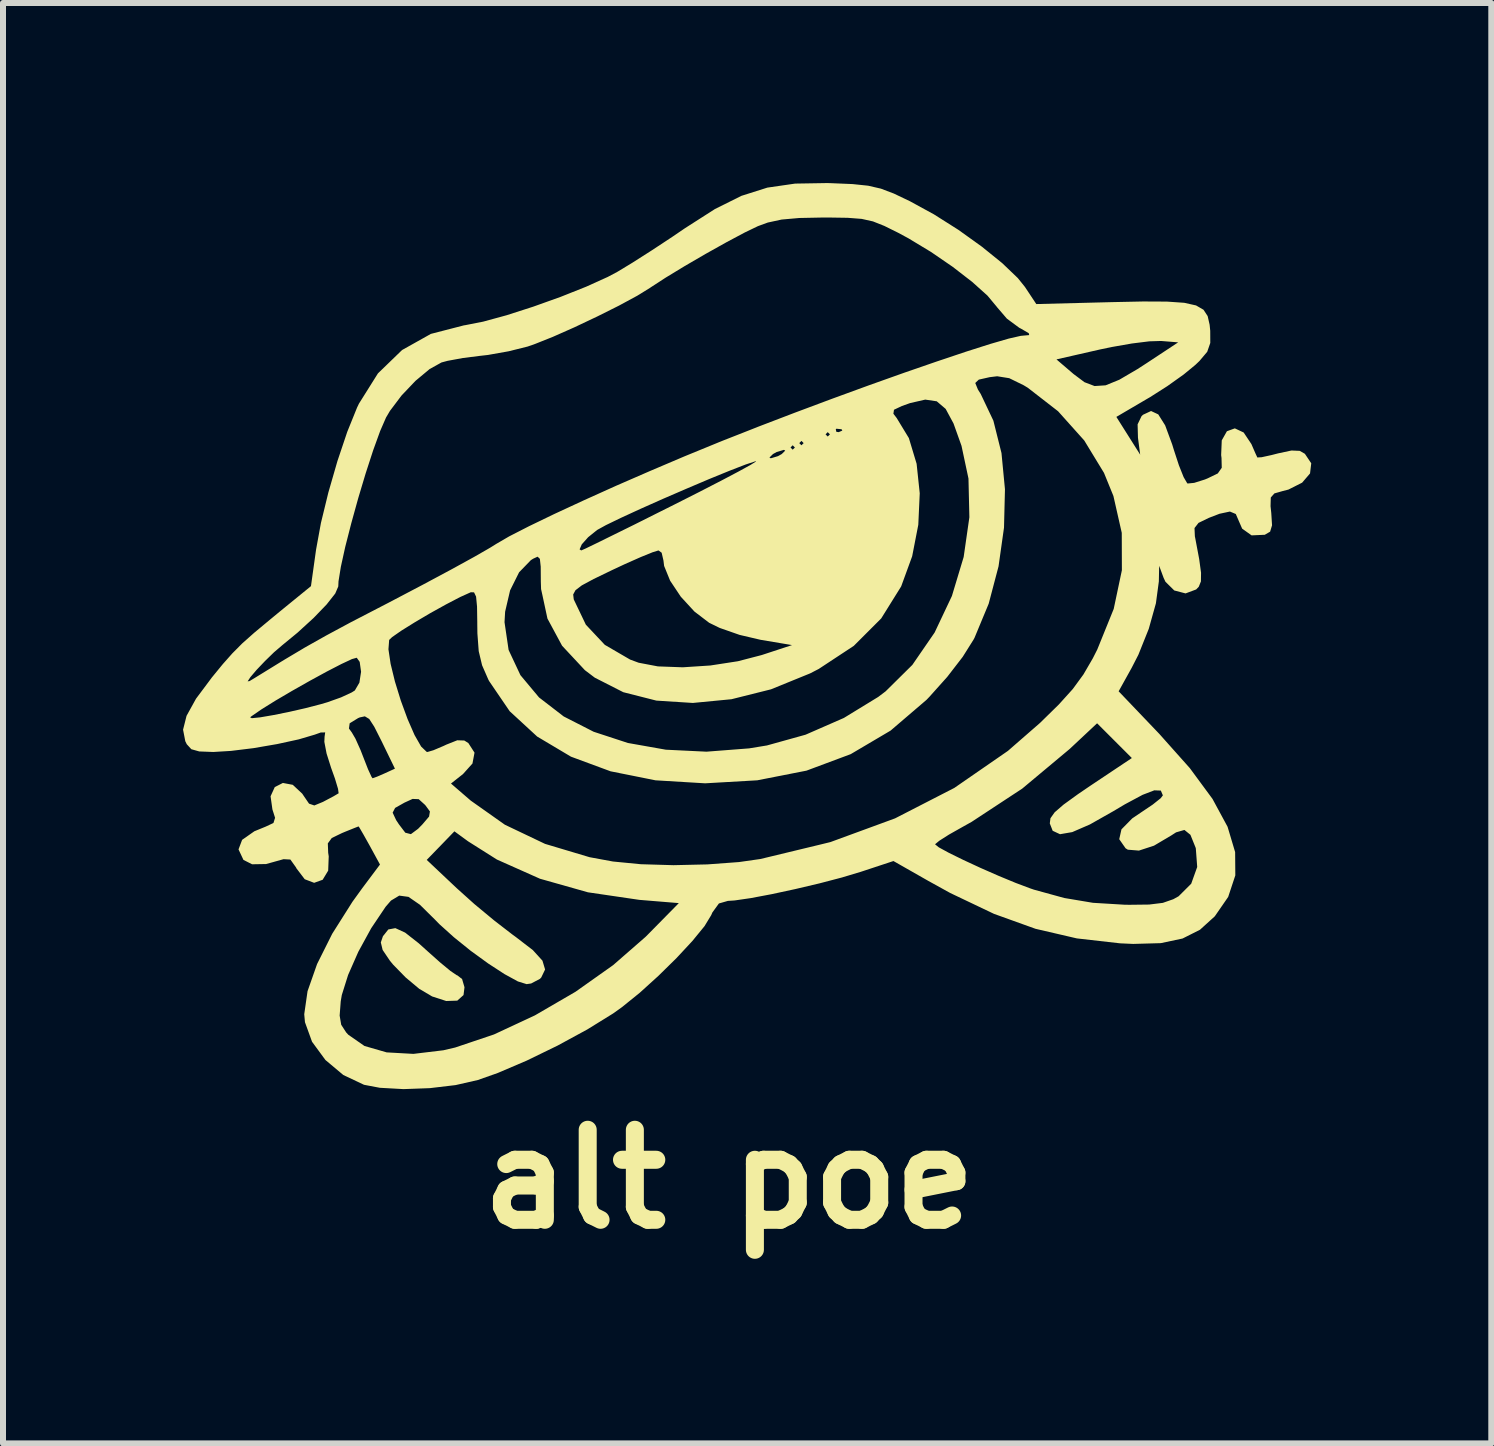
<source format=kicad_pcb>
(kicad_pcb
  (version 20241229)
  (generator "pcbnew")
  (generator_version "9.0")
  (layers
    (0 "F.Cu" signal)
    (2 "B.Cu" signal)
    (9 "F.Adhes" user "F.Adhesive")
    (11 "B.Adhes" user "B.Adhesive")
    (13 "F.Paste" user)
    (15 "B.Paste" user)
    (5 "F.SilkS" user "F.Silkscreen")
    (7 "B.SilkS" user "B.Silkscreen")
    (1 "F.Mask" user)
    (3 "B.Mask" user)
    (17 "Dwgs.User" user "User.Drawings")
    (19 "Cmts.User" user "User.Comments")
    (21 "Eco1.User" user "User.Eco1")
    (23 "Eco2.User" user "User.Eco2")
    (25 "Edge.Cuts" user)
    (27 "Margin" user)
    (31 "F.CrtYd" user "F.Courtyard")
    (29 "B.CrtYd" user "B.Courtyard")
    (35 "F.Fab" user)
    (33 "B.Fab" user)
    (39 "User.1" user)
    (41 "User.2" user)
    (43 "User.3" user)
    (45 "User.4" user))
  (footprint "alt poe"
    (layer "F.Cu")
    (at 9.099 7.07)
    (property "Reference" "alt poe" (at 0 9.525 0) (layer "F.SilkS") (effects (font (size 1.5 1.5) (thickness 0.3))))
    (attr board_only exclude_from_pos_files exclude_from_bom)
    (fp_poly (pts (xy -5.4 5.418) (xy -5.174 5.595) (xy -5.024 5.73) (xy -4.815 5.916) (xy -4.644 6.057) (xy -4.541 6.127) (xy -4.529 6.131) (xy -4.45 6.192) (xy -4.41 6.329) (xy -4.426 6.459) (xy -4.53 6.552) (xy -4.715 6.558) (xy -4.949 6.482) (xy -5.164 6.355) (xy -5.39 6.166) (xy -5.6 5.951) (xy -5.654 5.885) (xy -5.774 5.707) (xy -5.804 5.582) (xy -5.769 5.479) (xy -5.679 5.366) (xy -5.562 5.344)) (stroke (width 0) (type solid)) (fill yes) (layer "F.SilkS"))
    (fp_poly (pts (xy 1.7 -7.068) (xy 2.056 -7.053) (xy 2.315 -7.026) (xy 2.528 -6.977) (xy 2.744 -6.895) (xy 3.012 -6.767) (xy 3.411 -6.549) (xy 3.82 -6.29) (xy 4.209 -6.011) (xy 4.549 -5.736) (xy 4.809 -5.487) (xy 4.928 -5.339) (xy 5.117 -5.054) (xy 6.372 -5.086) (xy 6.897 -5.097) (xy 7.294 -5.095) (xy 7.582 -5.075) (xy 7.779 -5.031) (xy 7.903 -4.959) (xy 7.972 -4.854) (xy 8.005 -4.709) (xy 8.015 -4.609) (xy 8.016 -4.406) (xy 7.965 -4.259) (xy 7.836 -4.106) (xy 7.769 -4.042) (xy 7.572 -3.88) (xy 7.301 -3.687) (xy 7.011 -3.502) (xy 6.976 -3.482) (xy 6.451 -3.174) (xy 6.649 -2.86) (xy 6.848 -2.545) (xy 6.811 -2.827) (xy 6.805 -3.05) (xy 6.871 -3.187) (xy 6.896 -3.21) (xy 7.029 -3.272) (xy 7.149 -3.216) (xy 7.264 -3.033) (xy 7.381 -2.716) (xy 7.408 -2.628) (xy 7.493 -2.368) (xy 7.572 -2.17) (xy 7.631 -2.069) (xy 7.639 -2.064) (xy 7.748 -2.075) (xy 7.926 -2.131) (xy 7.972 -2.15) (xy 8.141 -2.232) (xy 8.207 -2.326) (xy 8.203 -2.49) (xy 8.197 -2.538) (xy 8.207 -2.783) (xy 8.293 -2.935) (xy 8.425 -2.983) (xy 8.572 -2.914) (xy 8.701 -2.721) (xy 8.766 -2.571) (xy 8.8 -2.498) (xy 8.871 -2.502) (xy 9.036 -2.538) (xy 9.145 -2.566) (xy 9.369 -2.614) (xy 9.507 -2.608) (xy 9.592 -2.559) (xy 9.698 -2.401) (xy 9.678 -2.232) (xy 9.546 -2.078) (xy 9.318 -1.963) (xy 9.224 -1.939) (xy 9.084 -1.899) (xy 9.024 -1.831) (xy 9.02 -1.686) (xy 9.032 -1.573) (xy 9.045 -1.368) (xy 9.013 -1.262) (xy 8.924 -1.21) (xy 8.924 -1.21) (xy 8.704 -1.2) (xy 8.547 -1.312) (xy 8.495 -1.431) (xy 8.441 -1.556) (xy 8.343 -1.597) (xy 8.17 -1.56) (xy 7.993 -1.492) (xy 7.82 -1.408) (xy 7.753 -1.322) (xy 7.759 -1.185) (xy 7.767 -1.145) (xy 7.831 -0.805) (xy 7.862 -0.577) (xy 7.86 -0.433) (xy 7.824 -0.344) (xy 7.781 -0.299) (xy 7.604 -0.233) (xy 7.416 -0.282) (xy 7.269 -0.427) (xy 7.238 -0.493) (xy 7.164 -0.693) (xy 7.159 -0.433) (xy 7.11 -0.068) (xy 6.991 0.357) (xy 6.818 0.789) (xy 6.705 1.009) (xy 6.489 1.398) (xy 7.167 2.108) (xy 7.675 2.678) (xy 8.053 3.191) (xy 8.304 3.655) (xy 8.43 4.077) (xy 8.433 4.465) (xy 8.314 4.824) (xy 8.091 5.147) (xy 7.844 5.371) (xy 7.554 5.517) (xy 7.191 5.594) (xy 6.731 5.607) (xy 6.512 5.597) (xy 5.793 5.515) (xy 5.104 5.355) (xy 4.412 5.106) (xy 3.682 4.758) (xy 3.32 4.558) (xy 2.737 4.226) (xy 2.189 4.407) (xy 1.879 4.5) (xy 1.505 4.598) (xy 1.102 4.693) (xy 0.708 4.778) (xy 0.358 4.844) (xy 0.089 4.883) (xy -0.021 4.89) (xy -0.171 4.933) (xy -0.28 5.083) (xy -0.299 5.127) (xy -0.411 5.311) (xy -0.613 5.558) (xy -0.877 5.842) (xy -1.178 6.138) (xy -1.489 6.42) (xy -1.786 6.66) (xy -1.934 6.766) (xy -2.364 7.032) (xy -2.859 7.301) (xy -3.373 7.551) (xy -3.855 7.757) (xy -4.186 7.874) (xy -4.558 7.959) (xy -4.988 8.01) (xy -5.426 8.026) (xy -5.82 8.004) (xy -6.084 7.954) (xy -6.429 7.791) (xy -6.727 7.541) (xy -6.95 7.237) (xy -7.068 6.911) (xy -7.078 6.801) (xy -6.49 6.801) (xy -6.464 6.954) (xy -6.381 7.082) (xy -6.346 7.12) (xy -6.077 7.307) (xy -5.707 7.414) (xy -5.261 7.439) (xy -4.762 7.379) (xy -4.565 7.333) (xy -3.918 7.115) (xy -3.236 6.797) (xy -2.56 6.404) (xy -1.933 5.96) (xy -1.394 5.49) (xy -1.35 5.446) (xy -0.839 4.927) (xy -1.496 4.873) (xy -2.353 4.747) (xy -3.152 4.521) (xy -3.87 4.201) (xy -4.351 3.897) (xy -4.578 3.731) (xy -4.808 3.969) (xy -5.039 4.207) (xy -4.542 4.676) (xy -4.246 4.942) (xy -3.913 5.218) (xy -3.607 5.454) (xy -3.556 5.491) (xy -3.271 5.71) (xy -3.111 5.886) (xy -3.067 6.033) (xy -3.131 6.166) (xy -3.153 6.189) (xy -3.299 6.266) (xy -3.375 6.277) (xy -3.52 6.232) (xy -3.743 6.11) (xy -4.015 5.933) (xy -4.307 5.721) (xy -4.587 5.495) (xy -4.828 5.278) (xy -4.902 5.202) (xy -5.152 4.955) (xy -5.343 4.823) (xy -5.497 4.802) (xy -5.635 4.885) (xy -5.724 4.988) (xy -5.964 5.345) (xy -6.179 5.738) (xy -6.349 6.124) (xy -6.454 6.458) (xy -6.472 6.564) (xy -6.49 6.801) (xy -7.078 6.801) (xy -7.08 6.778) (xy -7.025 6.395) (xy -6.866 5.942) (xy -6.614 5.438) (xy -6.277 4.905) (xy -6.113 4.678) (xy -5.818 4.284) (xy -5.991 3.967) (xy -6.093 3.785) (xy -6.16 3.67) (xy -6.175 3.649) (xy -6.242 3.675) (xy -6.396 3.737) (xy -6.451 3.76) (xy -6.621 3.842) (xy -6.687 3.932) (xy -6.681 4.089) (xy -6.672 4.147) (xy -6.681 4.386) (xy -6.773 4.538) (xy -6.915 4.589) (xy -7.072 4.529) (xy -7.212 4.345) (xy -7.216 4.334) (xy -7.311 4.201) (xy -7.427 4.195) (xy -7.428 4.196) (xy -7.715 4.276) (xy -7.949 4.28) (xy -8.093 4.207) (xy -8.175 4.032) (xy -8.115 3.873) (xy -7.911 3.73) (xy -7.723 3.653) (xy -7.593 3.592) (xy -7.566 3.506) (xy -7.593 3.42) (xy -5.607 3.42) (xy -5.549 3.544) (xy -5.502 3.615) (xy -5.396 3.754) (xy -5.303 3.778) (xy -5.183 3.689) (xy -5.11 3.614) (xy -5 3.485) (xy -4.986 3.4) (xy -5.06 3.299) (xy -5.07 3.288) (xy -5.173 3.195) (xy -5.275 3.191) (xy -5.41 3.253) (xy -5.566 3.341) (xy -5.607 3.42) (xy -7.593 3.42) (xy -7.61 3.367) (xy -7.641 3.147) (xy -7.571 2.994) (xy -7.436 2.925) (xy -7.271 2.956) (xy -7.113 3.104) (xy -7.095 3.131) (xy -7 3.27) (xy -6.912 3.3) (xy -6.769 3.241) (xy -6.75 3.231) (xy -6.595 3.149) (xy -6.51 3.099) (xy -6.507 3.097) (xy -6.517 3.023) (xy -6.568 2.853) (xy -6.633 2.671) (xy -6.708 2.434) (xy -6.745 2.24) (xy -6.741 2.153) (xy -6.731 2.083) (xy -6.804 2.084) (xy -6.905 2.12) (xy -7.172 2.199) (xy -7.53 2.277) (xy -7.925 2.345) (xy -8.3 2.391) (xy -8.596 2.409) (xy -8.829 2.4) (xy -8.961 2.363) (xy -9.037 2.28) (xy -9.062 2.229) (xy -9.099 2.037) (xy -9.094 2.018) (xy -6.335 2.018) (xy -6.287 2.084) (xy -6.226 2.189) (xy -6.141 2.379) (xy -6.094 2.5) (xy -6.017 2.697) (xy -5.959 2.823) (xy -5.942 2.847) (xy -5.866 2.82) (xy -5.744 2.767) (xy -5.569 2.687) (xy -5.792 2.228) (xy -5.913 1.989) (xy -5.997 1.859) (xy -6.07 1.815) (xy -6.155 1.833) (xy -6.183 1.845) (xy -6.323 1.931) (xy -6.335 2.018) (xy -9.094 2.018) (xy -9.047 1.831) (xy -7.982 1.831) (xy -7.953 1.846) (xy -7.815 1.832) (xy -7.599 1.795) (xy -7.336 1.742) (xy -7.06 1.679) (xy -6.802 1.612) (xy -6.693 1.58) (xy -6.466 1.499) (xy -6.289 1.417) (xy -6.237 1.384) (xy -6.161 1.254) (xy -6.133 1.072) (xy -6.156 0.908) (xy -6.205 0.839) (xy -6.285 0.861) (xy -6.46 0.943) (xy -6.704 1.069) (xy -6.988 1.224) (xy -7.283 1.391) (xy -7.562 1.555) (xy -7.796 1.701) (xy -7.957 1.812) (xy -7.982 1.831) (xy -9.047 1.831) (xy -9.041 1.807) (xy -8.883 1.521) (xy -8.667 1.232) (xy -8.023 1.232) (xy -7.992 1.228) (xy -7.899 1.172) (xy -7.717 1.06) (xy -7.48 0.914) (xy -7.408 0.87) (xy -7.119 0.698) (xy -5.677 0.698) (xy -5.641 0.94) (xy -5.569 1.235) (xy -5.471 1.553) (xy -5.358 1.861) (xy -5.242 2.127) (xy -5.132 2.319) (xy -5.04 2.407) (xy -5.027 2.409) (xy -4.928 2.38) (xy -4.758 2.308) (xy -4.714 2.287) (xy -4.53 2.214) (xy -4.413 2.218) (xy -4.346 2.26) (xy -4.243 2.42) (xy -4.277 2.601) (xy -4.434 2.776) (xy -4.635 2.935) (xy -4.306 3.219) (xy -3.737 3.621) (xy -3.068 3.94) (xy -2.326 4.162) (xy -1.936 4.234) (xy -1.472 4.279) (xy -0.928 4.295) (xy -0.363 4.282) (xy 0.164 4.243) (xy 0.521 4.192) (xy 1.532 3.948) (xy 3.431 3.948) (xy 3.493 3.998) (xy 3.66 4.089) (xy 3.902 4.208) (xy 4.189 4.341) (xy 4.49 4.473) (xy 4.775 4.591) (xy 5.014 4.681) (xy 5.078 4.703) (xy 5.584 4.842) (xy 6.061 4.922) (xy 6.591 4.954) (xy 6.67 4.955) (xy 6.997 4.951) (xy 7.225 4.923) (xy 7.4 4.862) (xy 7.488 4.813) (xy 7.698 4.604) (xy 7.798 4.325) (xy 7.775 4.016) (xy 7.771 4.002) (xy 7.685 3.789) (xy 7.585 3.708) (xy 7.446 3.748) (xy 7.367 3.799) (xy 7.078 3.97) (xy 6.827 4.052) (xy 6.642 4.037) (xy 6.604 4.013) (xy 6.499 3.862) (xy 6.536 3.698) (xy 6.715 3.516) (xy 6.861 3.417) (xy 7.056 3.286) (xy 7.189 3.18) (xy 7.226 3.132) (xy 7.192 3.052) (xy 7.083 3.048) (xy 6.888 3.123) (xy 6.593 3.281) (xy 6.405 3.393) (xy 6.011 3.616) (xy 5.716 3.744) (xy 5.512 3.779) (xy 5.39 3.722) (xy 5.342 3.599) (xy 5.353 3.513) (xy 5.423 3.414) (xy 5.571 3.286) (xy 5.814 3.11) (xy 6.014 2.974) (xy 6.709 2.51) (xy 6.419 2.22) (xy 6.13 1.931) (xy 5.674 2.358) (xy 4.883 3.019) (xy 4.04 3.573) (xy 3.888 3.658) (xy 3.663 3.785) (xy 3.501 3.888) (xy 3.432 3.945) (xy 3.431 3.948) (xy 1.532 3.948) (xy 1.687 3.91) (xy 2.764 3.515) (xy 3.751 3.008) (xy 4.644 2.391) (xy 5.18 1.924) (xy 5.494 1.616) (xy 5.725 1.36) (xy 5.902 1.118) (xy 6.058 0.85) (xy 6.133 0.702) (xy 6.407 0.025) (xy 6.543 -0.619) (xy 6.541 -1.242) (xy 6.402 -1.856) (xy 6.245 -2.241) (xy 5.916 -2.781) (xy 5.48 -3.268) (xy 4.976 -3.659) (xy 4.907 -3.701) (xy 4.666 -3.819) (xy 4.465 -3.851) (xy 4.341 -3.836) (xy 4.159 -3.795) (xy 4.1 -3.739) (xy 4.144 -3.631) (xy 4.191 -3.556) (xy 4.402 -3.111) (xy 4.537 -2.572) (xy 4.595 -1.968) (xy 4.579 -1.329) (xy 4.488 -0.684) (xy 4.324 -0.062) (xy 4.088 0.506) (xy 4.072 0.536) (xy 3.891 0.824) (xy 3.634 1.157) (xy 3.337 1.489) (xy 3.287 1.541) (xy 2.689 2.053) (xy 2.025 2.445) (xy 1.288 2.72) (xy 0.468 2.881) (xy -0.401 2.931) (xy -1.228 2.881) (xy -1.976 2.731) (xy -2.636 2.487) (xy -3.199 2.152) (xy -3.657 1.73) (xy -4 1.227) (xy -4.014 1.2) (xy -4.117 0.964) (xy -4.173 0.729) (xy -4.195 0.433) (xy -4.197 0.273) (xy -4.197 0.247) (xy -3.743 0.247) (xy -3.675 0.709) (xy -3.478 1.129) (xy -3.168 1.5) (xy -2.757 1.817) (xy -2.258 2.072) (xy -1.687 2.259) (xy -1.055 2.371) (xy -0.378 2.404) (xy 0.332 2.349) (xy 0.63 2.3) (xy 1.273 2.121) (xy 1.911 1.842) (xy 2.483 1.492) (xy 2.606 1.399) (xy 3.052 0.958) (xy 3.423 0.419) (xy 3.711 -0.19) (xy 3.907 -0.84) (xy 4.002 -1.502) (xy 3.987 -2.147) (xy 3.871 -2.692) (xy 3.738 -3.064) (xy 3.607 -3.307) (xy 3.458 -3.434) (xy 3.267 -3.462) (xy 3.014 -3.404) (xy 2.877 -3.355) (xy 2.746 -3.293) (xy 2.736 -3.227) (xy 2.791 -3.155) (xy 2.994 -2.821) (xy 3.123 -2.393) (xy 3.175 -1.901) (xy 3.151 -1.377) (xy 3.049 -0.852) (xy 2.868 -0.356) (xy 2.864 -0.347) (xy 2.533 0.184) (xy 2.076 0.641) (xy 1.493 1.025) (xy 1.35 1.099) (xy 0.697 1.365) (xy 0.038 1.53) (xy -0.605 1.592) (xy -1.213 1.553) (xy -1.764 1.413) (xy -2.239 1.171) (xy -2.404 1.046) (xy -2.784 0.639) (xy -3.028 0.186) (xy -3.114 -0.215) (xy -2.599 -0.215) (xy -2.59 -0.137) (xy -2.588 -0.13) (xy -2.388 0.288) (xy -2.072 0.624) (xy -1.651 0.869) (xy -1.508 0.922) (xy -1.187 0.983) (xy -0.773 0.998) (xy -0.314 0.968) (xy 0.146 0.897) (xy 0.542 0.794) (xy 1.047 0.628) (xy 0.523 0.54) (xy 0.173 0.458) (xy -0.158 0.342) (xy -0.334 0.256) (xy -0.579 0.069) (xy -0.806 -0.178) (xy -0.984 -0.445) (xy -1.084 -0.691) (xy -1.095 -0.781) (xy -1.125 -0.911) (xy -1.178 -0.949) (xy -1.275 -0.919) (xy -1.472 -0.839) (xy -1.736 -0.722) (xy -1.95 -0.622) (xy -2.258 -0.473) (xy -2.455 -0.367) (xy -2.561 -0.286) (xy -2.599 -0.215) (xy -3.114 -0.215) (xy -3.134 -0.305) (xy -3.138 -0.429) (xy -3.14 -0.679) (xy -3.154 -0.809) (xy -3.192 -0.845) (xy -3.264 -0.812) (xy -3.303 -0.788) (xy -3.5 -0.585) (xy -3.65 -0.284) (xy -3.733 0.072) (xy -3.743 0.247) (xy -4.197 0.247) (xy -4.201 -0.014) (xy -4.217 -0.18) (xy -4.251 -0.251) (xy -4.306 -0.252) (xy -4.481 -0.173) (xy -4.717 -0.05) (xy -4.982 0.097) (xy -5.241 0.25) (xy -5.464 0.389) (xy -5.616 0.495) (xy -5.665 0.542) (xy -5.677 0.698) (xy -7.119 0.698) (xy -7.085 0.677) (xy -6.706 0.464) (xy -6.349 0.272) (xy -6.314 0.253) (xy -5.673 -0.079) (xy -5.106 -0.377) (xy -4.626 -0.634) (xy -4.246 -0.843) (xy -4.03 -0.967) (xy -2.492 -0.967) (xy -2.465 -0.949) (xy -2.394 -0.98) (xy -2.212 -1.068) (xy -1.936 -1.204) (xy -1.585 -1.377) (xy -1.178 -1.581) (xy -0.908 -1.716) (xy -0.489 -1.928) (xy -0.128 -2.114) (xy 0.158 -2.265) (xy 0.355 -2.373) (xy 0.447 -2.431) (xy 0.442 -2.436) (xy 0.272 -2.38) (xy 0.004 -2.276) (xy -0.334 -2.138) (xy -0.713 -1.977) (xy -1.104 -1.808) (xy -1.477 -1.642) (xy -1.803 -1.492) (xy -2.053 -1.371) (xy -2.198 -1.291) (xy -2.201 -1.289) (xy -2.35 -1.169) (xy -2.456 -1.05) (xy -2.492 -0.967) (xy -4.03 -0.967) (xy -3.977 -0.998) (xy -3.879 -1.059) (xy -3.666 -1.183) (xy -3.338 -1.351) (xy -2.918 -1.554) (xy -2.426 -1.782) (xy -1.885 -2.026) (xy -1.315 -2.274) (xy -0.791 -2.497) (xy 0.671 -2.497) (xy 0.693 -2.484) (xy 0.813 -2.52) (xy 0.876 -2.555) (xy 0.934 -2.612) (xy 0.912 -2.625) (xy 0.792 -2.589) (xy 0.73 -2.555) (xy 0.671 -2.497) (xy -0.791 -2.497) (xy -0.739 -2.519) (xy -0.385 -2.664) (xy 1.022 -2.664) (xy 1.058 -2.628) (xy 1.095 -2.664) (xy 1.058 -2.701) (xy 1.022 -2.664) (xy -0.385 -2.664) (xy -0.207 -2.737) (xy 1.168 -2.737) (xy 1.204 -2.701) (xy 1.241 -2.737) (xy 1.204 -2.774) (xy 1.168 -2.737) (xy -0.207 -2.737) (xy -0.176 -2.75) (xy -0.109 -2.777) (xy 0.161 -2.883) (xy 1.606 -2.883) (xy 1.642 -2.847) (xy 1.679 -2.883) (xy 1.642 -2.92) (xy 1.606 -2.883) (xy 0.161 -2.883) (xy 0.377 -2.968) (xy 1.776 -2.968) (xy 1.786 -2.925) (xy 1.825 -2.92) (xy 1.885 -2.946) (xy 1.873 -2.968) (xy 1.787 -2.977) (xy 1.776 -2.968) (xy 0.377 -2.968) (xy 0.48 -3.009) (xy 1.094 -3.244) (xy 1.717 -3.477) (xy 2.33 -3.701) (xy 2.917 -3.91) (xy 3.461 -4.098) (xy 3.563 -4.132) (xy 5.453 -4.132) (xy 5.737 -3.889) (xy 5.92 -3.752) (xy 6.088 -3.688) (xy 6.272 -3.7) (xy 6.5 -3.793) (xy 6.802 -3.97) (xy 6.952 -4.067) (xy 7.481 -4.416) (xy 7.195 -4.439) (xy 7 -4.433) (xy 6.71 -4.397) (xy 6.373 -4.338) (xy 6.181 -4.298) (xy 5.453 -4.132) (xy 3.563 -4.132) (xy 3.944 -4.26) (xy 4.349 -4.389) (xy 4.659 -4.479) (xy 4.857 -4.524) (xy 4.898 -4.528) (xy 4.999 -4.537) (xy 4.991 -4.569) (xy 4.862 -4.644) (xy 4.833 -4.659) (xy 4.627 -4.811) (xy 4.462 -5.003) (xy 4.458 -5.009) (xy 4.304 -5.194) (xy 4.05 -5.422) (xy 3.726 -5.673) (xy 3.363 -5.922) (xy 2.989 -6.148) (xy 2.821 -6.239) (xy 2.585 -6.356) (xy 2.396 -6.431) (xy 2.208 -6.473) (xy 1.975 -6.491) (xy 1.652 -6.496) (xy 1.568 -6.496) (xy 1.169 -6.488) (xy 0.874 -6.462) (xy 0.643 -6.412) (xy 0.479 -6.352) (xy 0.259 -6.246) (xy -0.045 -6.084) (xy -0.392 -5.89) (xy -0.744 -5.685) (xy -1.06 -5.493) (xy -1.3 -5.337) (xy -1.322 -5.322) (xy -1.531 -5.193) (xy -1.836 -5.028) (xy -2.198 -4.847) (xy -2.578 -4.667) (xy -2.937 -4.508) (xy -3.235 -4.389) (xy -3.358 -4.346) (xy -3.675 -4.267) (xy -4.019 -4.206) (xy -4.16 -4.19) (xy -4.437 -4.155) (xy -4.692 -4.108) (xy -4.793 -4.081) (xy -4.991 -3.971) (xy -5.226 -3.775) (xy -5.459 -3.53) (xy -5.652 -3.274) (xy -5.717 -3.164) (xy -5.815 -2.939) (xy -5.931 -2.619) (xy -6.056 -2.235) (xy -6.181 -1.818) (xy -6.297 -1.399) (xy -6.397 -1.008) (xy -6.47 -0.676) (xy -6.509 -0.434) (xy -6.513 -0.349) (xy -6.563 -0.232) (xy -6.707 -0.049) (xy -6.924 0.176) (xy -7.192 0.421) (xy -7.445 0.629) (xy -7.583 0.747) (xy -7.733 0.893) (xy -7.873 1.04) (xy -7.977 1.162) (xy -8.023 1.232) (xy -8.667 1.232) (xy -8.621 1.17) (xy -8.436 0.944) (xy -8.277 0.765) (xy -8.114 0.601) (xy -7.914 0.423) (xy -7.647 0.201) (xy -7.476 0.06) (xy -6.968 -0.354) (xy -6.883 -0.962) (xy -6.802 -1.406) (xy -6.678 -1.915) (xy -6.527 -2.438) (xy -6.363 -2.926) (xy -6.2 -3.329) (xy -6.169 -3.394) (xy -5.852 -3.899) (xy -5.45 -4.288) (xy -4.97 -4.557) (xy -4.42 -4.699) (xy -4.399 -4.702) (xy -4.099 -4.761) (xy -3.707 -4.868) (xy -3.263 -5.011) (xy -2.808 -5.174) (xy -2.381 -5.344) (xy -2.023 -5.506) (xy -1.861 -5.592) (xy -1.612 -5.743) (xy -1.292 -5.947) (xy -0.949 -6.173) (xy -0.736 -6.318) (xy -0.239 -6.636) (xy 0.204 -6.857) (xy 0.636 -6.994) (xy 1.099 -7.061) (xy 1.635 -7.07)) (stroke (width 0) (type solid)) (fill yes) (layer "F.SilkS")))
  (gr_rect
    (start -3 -3)
    (end 21.797 20.999)
    (stroke (width 0.1) (type default))
    (fill no)
    (layer "Edge.Cuts")))
</source>
